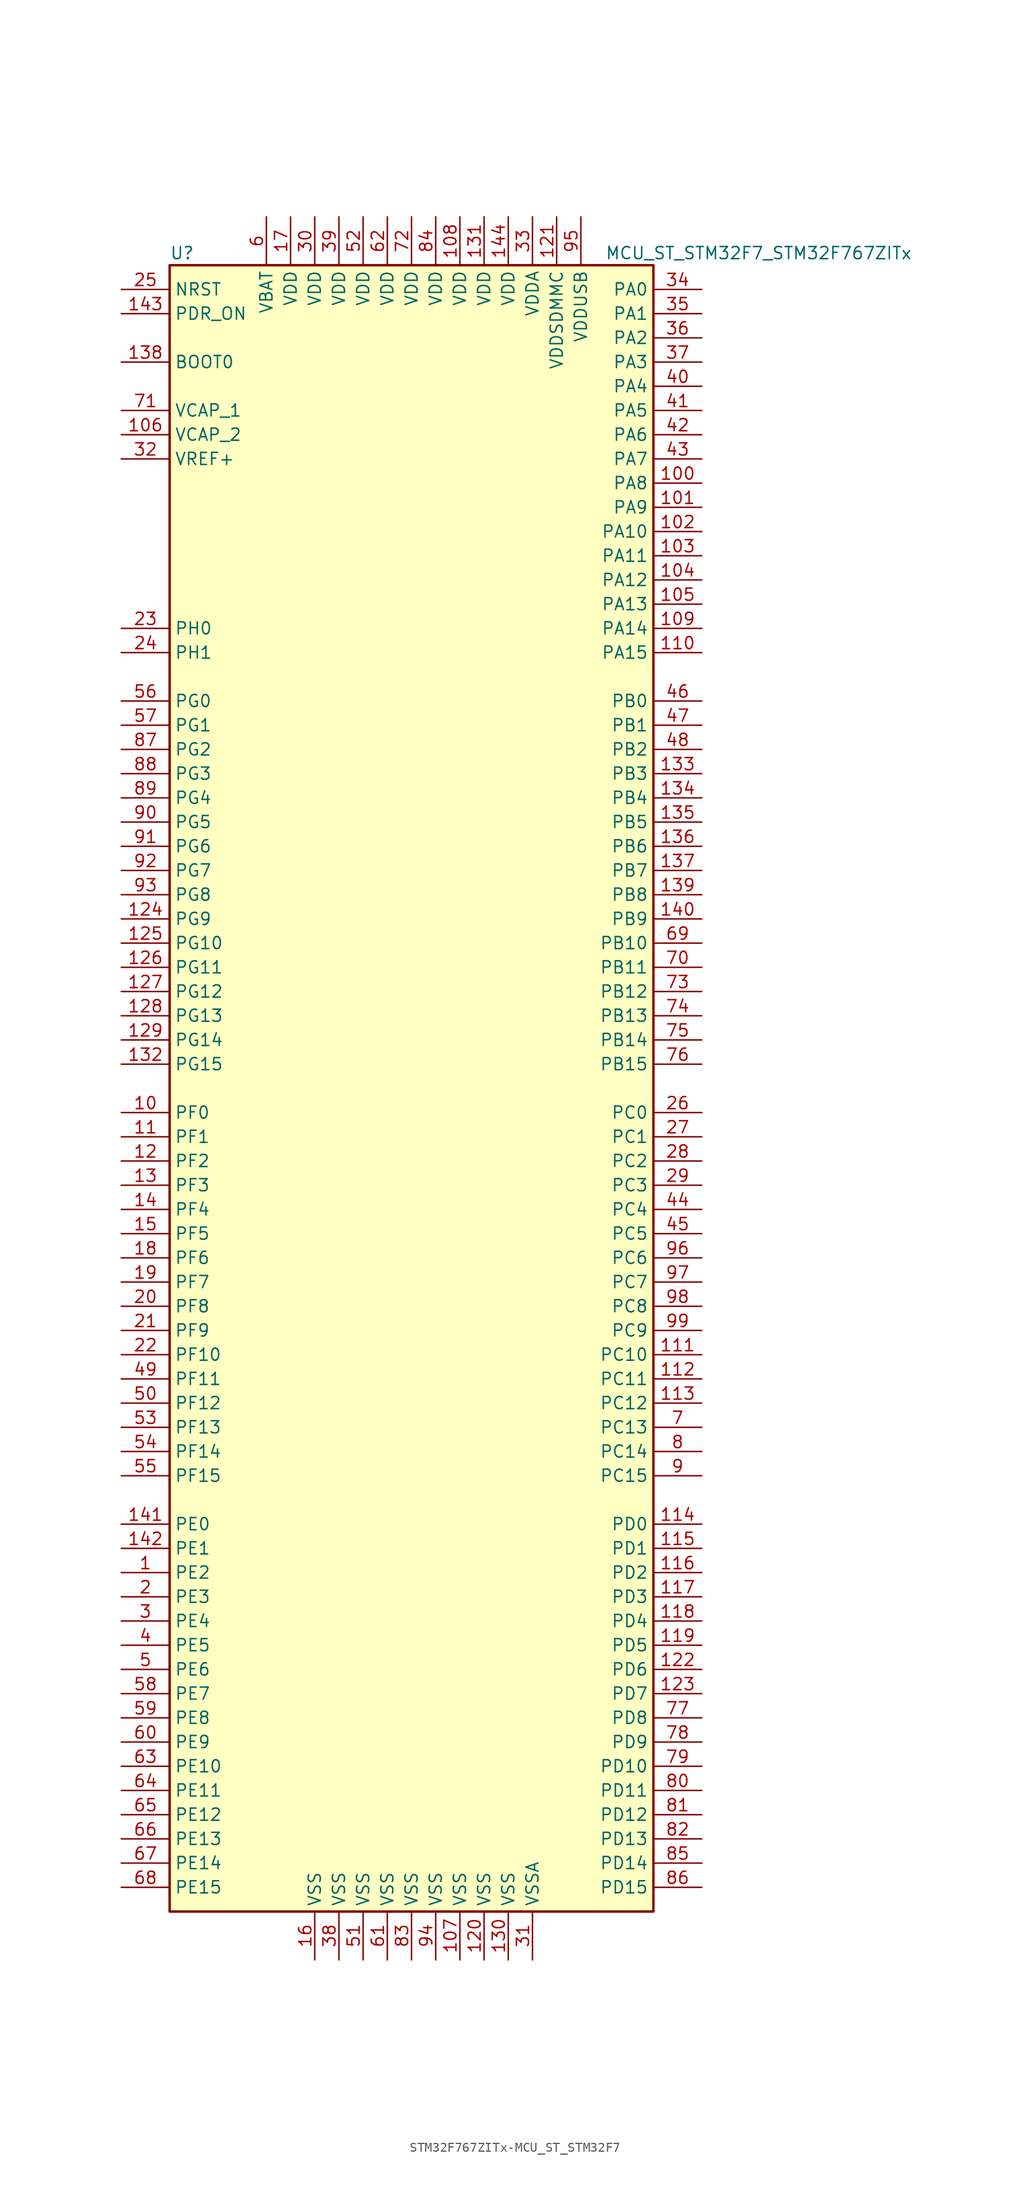
<source format=kicad_sym>
(kicad_symbol_lib
  (version 20220914)
  (generator kicad_symbol_editor)
  (symbol "STM32F767ZITx-MCU_ST_STM32F7"
    (property "Reference" "U"
      (at -25.4 87.63 0)
      (effects (font (size 1.27 1.27)) (justify left)))
    (property "Value" "MCU_ST_STM32F7_STM32F767ZITx"
      (at 20.32 87.63 0)
      (effects (font (size 1.27 1.27)) (justify left)))
    (symbol "STM32F767ZITx-MCU_ST_STM32F7_0_1"
      (rectangle (start -25.4 -86.36) (end 25.4 86.36) (stroke (width 0.254) (type solid)) (fill (type background))))
    (symbol "STM32F767ZITx-MCU_ST_STM32F7_1_1"
      (pin bidirectional line (at -30.48 -50.8 0) (length 5.08) (name "PE2" (effects (font (size 1.27 1.27)))) (number "1" (effects (font (size 1.27 1.27)))))
      (pin bidirectional line (at -30.48 -2.54 0) (length 5.08) (name "PF0" (effects (font (size 1.27 1.27)))) (number "10" (effects (font (size 1.27 1.27)))))
      (pin bidirectional line (at 30.48 63.5 180) (length 5.08) (name "PA8" (effects (font (size 1.27 1.27)))) (number "100" (effects (font (size 1.27 1.27)))))
      (pin bidirectional line (at 30.48 60.96 180) (length 5.08) (name "PA9" (effects (font (size 1.27 1.27)))) (number "101" (effects (font (size 1.27 1.27)))))
      (pin bidirectional line (at 30.48 58.42 180) (length 5.08) (name "PA10" (effects (font (size 1.27 1.27)))) (number "102" (effects (font (size 1.27 1.27)))))
      (pin bidirectional line (at 30.48 55.88 180) (length 5.08) (name "PA11" (effects (font (size 1.27 1.27)))) (number "103" (effects (font (size 1.27 1.27)))))
      (pin bidirectional line (at 30.48 53.34 180) (length 5.08) (name "PA12" (effects (font (size 1.27 1.27)))) (number "104" (effects (font (size 1.27 1.27)))))
      (pin bidirectional line (at 30.48 50.8 180) (length 5.08) (name "PA13" (effects (font (size 1.27 1.27)))) (number "105" (effects (font (size 1.27 1.27)))))
      (pin power_in line (at -30.48 68.58 0) (length 5.08) (name "VCAP_2" (effects (font (size 1.27 1.27)))) (number "106" (effects (font (size 1.27 1.27)))))
      (pin power_in line (at 5.08 -91.44 90) (length 5.08) (name "VSS" (effects (font (size 1.27 1.27)))) (number "107" (effects (font (size 1.27 1.27)))))
      (pin power_in line (at 5.08 91.44 270) (length 5.08) (name "VDD" (effects (font (size 1.27 1.27)))) (number "108" (effects (font (size 1.27 1.27)))))
      (pin bidirectional line (at 30.48 48.26 180) (length 5.08) (name "PA14" (effects (font (size 1.27 1.27)))) (number "109" (effects (font (size 1.27 1.27)))))
      (pin bidirectional line (at -30.48 -5.08 0) (length 5.08) (name "PF1" (effects (font (size 1.27 1.27)))) (number "11" (effects (font (size 1.27 1.27)))))
      (pin bidirectional line (at 30.48 45.72 180) (length 5.08) (name "PA15" (effects (font (size 1.27 1.27)))) (number "110" (effects (font (size 1.27 1.27)))))
      (pin bidirectional line (at 30.48 -27.94 180) (length 5.08) (name "PC10" (effects (font (size 1.27 1.27)))) (number "111" (effects (font (size 1.27 1.27)))))
      (pin bidirectional line (at 30.48 -30.48 180) (length 5.08) (name "PC11" (effects (font (size 1.27 1.27)))) (number "112" (effects (font (size 1.27 1.27)))))
      (pin bidirectional line (at 30.48 -33.02 180) (length 5.08) (name "PC12" (effects (font (size 1.27 1.27)))) (number "113" (effects (font (size 1.27 1.27)))))
      (pin bidirectional line (at 30.48 -45.72 180) (length 5.08) (name "PD0" (effects (font (size 1.27 1.27)))) (number "114" (effects (font (size 1.27 1.27)))))
      (pin bidirectional line (at 30.48 -48.26 180) (length 5.08) (name "PD1" (effects (font (size 1.27 1.27)))) (number "115" (effects (font (size 1.27 1.27)))))
      (pin bidirectional line (at 30.48 -50.8 180) (length 5.08) (name "PD2" (effects (font (size 1.27 1.27)))) (number "116" (effects (font (size 1.27 1.27)))))
      (pin bidirectional line (at 30.48 -53.34 180) (length 5.08) (name "PD3" (effects (font (size 1.27 1.27)))) (number "117" (effects (font (size 1.27 1.27)))))
      (pin bidirectional line (at 30.48 -55.88 180) (length 5.08) (name "PD4" (effects (font (size 1.27 1.27)))) (number "118" (effects (font (size 1.27 1.27)))))
      (pin bidirectional line (at 30.48 -58.42 180) (length 5.08) (name "PD5" (effects (font (size 1.27 1.27)))) (number "119" (effects (font (size 1.27 1.27)))))
      (pin bidirectional line (at -30.48 -7.62 0) (length 5.08) (name "PF2" (effects (font (size 1.27 1.27)))) (number "12" (effects (font (size 1.27 1.27)))))
      (pin power_in line (at 7.62 -91.44 90) (length 5.08) (name "VSS" (effects (font (size 1.27 1.27)))) (number "120" (effects (font (size 1.27 1.27)))))
      (pin power_in line (at 15.24 91.44 270) (length 5.08) (name "VDDSDMMC" (effects (font (size 1.27 1.27)))) (number "121" (effects (font (size 1.27 1.27)))))
      (pin bidirectional line (at 30.48 -60.96 180) (length 5.08) (name "PD6" (effects (font (size 1.27 1.27)))) (number "122" (effects (font (size 1.27 1.27)))))
      (pin bidirectional line (at 30.48 -63.5 180) (length 5.08) (name "PD7" (effects (font (size 1.27 1.27)))) (number "123" (effects (font (size 1.27 1.27)))))
      (pin bidirectional line (at -30.48 17.78 0) (length 5.08) (name "PG9" (effects (font (size 1.27 1.27)))) (number "124" (effects (font (size 1.27 1.27)))))
      (pin bidirectional line (at -30.48 15.24 0) (length 5.08) (name "PG10" (effects (font (size 1.27 1.27)))) (number "125" (effects (font (size 1.27 1.27)))))
      (pin bidirectional line (at -30.48 12.7 0) (length 5.08) (name "PG11" (effects (font (size 1.27 1.27)))) (number "126" (effects (font (size 1.27 1.27)))))
      (pin bidirectional line (at -30.48 10.16 0) (length 5.08) (name "PG12" (effects (font (size 1.27 1.27)))) (number "127" (effects (font (size 1.27 1.27)))))
      (pin bidirectional line (at -30.48 7.62 0) (length 5.08) (name "PG13" (effects (font (size 1.27 1.27)))) (number "128" (effects (font (size 1.27 1.27)))))
      (pin bidirectional line (at -30.48 5.08 0) (length 5.08) (name "PG14" (effects (font (size 1.27 1.27)))) (number "129" (effects (font (size 1.27 1.27)))))
      (pin bidirectional line (at -30.48 -10.16 0) (length 5.08) (name "PF3" (effects (font (size 1.27 1.27)))) (number "13" (effects (font (size 1.27 1.27)))))
      (pin power_in line (at 10.16 -91.44 90) (length 5.08) (name "VSS" (effects (font (size 1.27 1.27)))) (number "130" (effects (font (size 1.27 1.27)))))
      (pin power_in line (at 7.62 91.44 270) (length 5.08) (name "VDD" (effects (font (size 1.27 1.27)))) (number "131" (effects (font (size 1.27 1.27)))))
      (pin bidirectional line (at -30.48 2.54 0) (length 5.08) (name "PG15" (effects (font (size 1.27 1.27)))) (number "132" (effects (font (size 1.27 1.27)))))
      (pin bidirectional line (at 30.48 33.02 180) (length 5.08) (name "PB3" (effects (font (size 1.27 1.27)))) (number "133" (effects (font (size 1.27 1.27)))))
      (pin bidirectional line (at 30.48 30.48 180) (length 5.08) (name "PB4" (effects (font (size 1.27 1.27)))) (number "134" (effects (font (size 1.27 1.27)))))
      (pin bidirectional line (at 30.48 27.94 180) (length 5.08) (name "PB5" (effects (font (size 1.27 1.27)))) (number "135" (effects (font (size 1.27 1.27)))))
      (pin bidirectional line (at 30.48 25.4 180) (length 5.08) (name "PB6" (effects (font (size 1.27 1.27)))) (number "136" (effects (font (size 1.27 1.27)))))
      (pin bidirectional line (at 30.48 22.86 180) (length 5.08) (name "PB7" (effects (font (size 1.27 1.27)))) (number "137" (effects (font (size 1.27 1.27)))))
      (pin input line (at -30.48 76.2 0) (length 5.08) (name "BOOT0" (effects (font (size 1.27 1.27)))) (number "138" (effects (font (size 1.27 1.27)))))
      (pin bidirectional line (at 30.48 20.32 180) (length 5.08) (name "PB8" (effects (font (size 1.27 1.27)))) (number "139" (effects (font (size 1.27 1.27)))))
      (pin bidirectional line (at -30.48 -12.7 0) (length 5.08) (name "PF4" (effects (font (size 1.27 1.27)))) (number "14" (effects (font (size 1.27 1.27)))))
      (pin bidirectional line (at 30.48 17.78 180) (length 5.08) (name "PB9" (effects (font (size 1.27 1.27)))) (number "140" (effects (font (size 1.27 1.27)))))
      (pin bidirectional line (at -30.48 -45.72 0) (length 5.08) (name "PE0" (effects (font (size 1.27 1.27)))) (number "141" (effects (font (size 1.27 1.27)))))
      (pin bidirectional line (at -30.48 -48.26 0) (length 5.08) (name "PE1" (effects (font (size 1.27 1.27)))) (number "142" (effects (font (size 1.27 1.27)))))
      (pin input line (at -30.48 81.28 0) (length 5.08) (name "PDR_ON" (effects (font (size 1.27 1.27)))) (number "143" (effects (font (size 1.27 1.27)))))
      (pin power_in line (at 10.16 91.44 270) (length 5.08) (name "VDD" (effects (font (size 1.27 1.27)))) (number "144" (effects (font (size 1.27 1.27)))))
      (pin bidirectional line (at -30.48 -15.24 0) (length 5.08) (name "PF5" (effects (font (size 1.27 1.27)))) (number "15" (effects (font (size 1.27 1.27)))))
      (pin power_in line (at -10.16 -91.44 90) (length 5.08) (name "VSS" (effects (font (size 1.27 1.27)))) (number "16" (effects (font (size 1.27 1.27)))))
      (pin power_in line (at -12.7 91.44 270) (length 5.08) (name "VDD" (effects (font (size 1.27 1.27)))) (number "17" (effects (font (size 1.27 1.27)))))
      (pin bidirectional line (at -30.48 -17.78 0) (length 5.08) (name "PF6" (effects (font (size 1.27 1.27)))) (number "18" (effects (font (size 1.27 1.27)))))
      (pin bidirectional line (at -30.48 -20.32 0) (length 5.08) (name "PF7" (effects (font (size 1.27 1.27)))) (number "19" (effects (font (size 1.27 1.27)))))
      (pin bidirectional line (at -30.48 -53.34 0) (length 5.08) (name "PE3" (effects (font (size 1.27 1.27)))) (number "2" (effects (font (size 1.27 1.27)))))
      (pin bidirectional line (at -30.48 -22.86 0) (length 5.08) (name "PF8" (effects (font (size 1.27 1.27)))) (number "20" (effects (font (size 1.27 1.27)))))
      (pin bidirectional line (at -30.48 -25.4 0) (length 5.08) (name "PF9" (effects (font (size 1.27 1.27)))) (number "21" (effects (font (size 1.27 1.27)))))
      (pin bidirectional line (at -30.48 -27.94 0) (length 5.08) (name "PF10" (effects (font (size 1.27 1.27)))) (number "22" (effects (font (size 1.27 1.27)))))
      (pin input line (at -30.48 48.26 0) (length 5.08) (name "PH0" (effects (font (size 1.27 1.27)))) (number "23" (effects (font (size 1.27 1.27)))))
      (pin input line (at -30.48 45.72 0) (length 5.08) (name "PH1" (effects (font (size 1.27 1.27)))) (number "24" (effects (font (size 1.27 1.27)))))
      (pin input line (at -30.48 83.82 0) (length 5.08) (name "NRST" (effects (font (size 1.27 1.27)))) (number "25" (effects (font (size 1.27 1.27)))))
      (pin bidirectional line (at 30.48 -2.54 180) (length 5.08) (name "PC0" (effects (font (size 1.27 1.27)))) (number "26" (effects (font (size 1.27 1.27)))))
      (pin bidirectional line (at 30.48 -5.08 180) (length 5.08) (name "PC1" (effects (font (size 1.27 1.27)))) (number "27" (effects (font (size 1.27 1.27)))))
      (pin bidirectional line (at 30.48 -7.62 180) (length 5.08) (name "PC2" (effects (font (size 1.27 1.27)))) (number "28" (effects (font (size 1.27 1.27)))))
      (pin bidirectional line (at 30.48 -10.16 180) (length 5.08) (name "PC3" (effects (font (size 1.27 1.27)))) (number "29" (effects (font (size 1.27 1.27)))))
      (pin bidirectional line (at -30.48 -55.88 0) (length 5.08) (name "PE4" (effects (font (size 1.27 1.27)))) (number "3" (effects (font (size 1.27 1.27)))))
      (pin power_in line (at -10.16 91.44 270) (length 5.08) (name "VDD" (effects (font (size 1.27 1.27)))) (number "30" (effects (font (size 1.27 1.27)))))
      (pin power_in line (at 12.7 -91.44 90) (length 5.08) (name "VSSA" (effects (font (size 1.27 1.27)))) (number "31" (effects (font (size 1.27 1.27)))))
      (pin power_in line (at -30.48 66.04 0) (length 5.08) (name "VREF+" (effects (font (size 1.27 1.27)))) (number "32" (effects (font (size 1.27 1.27)))))
      (pin power_in line (at 12.7 91.44 270) (length 5.08) (name "VDDA" (effects (font (size 1.27 1.27)))) (number "33" (effects (font (size 1.27 1.27)))))
      (pin bidirectional line (at 30.48 83.82 180) (length 5.08) (name "PA0" (effects (font (size 1.27 1.27)))) (number "34" (effects (font (size 1.27 1.27)))))
      (pin bidirectional line (at 30.48 81.28 180) (length 5.08) (name "PA1" (effects (font (size 1.27 1.27)))) (number "35" (effects (font (size 1.27 1.27)))))
      (pin bidirectional line (at 30.48 78.74 180) (length 5.08) (name "PA2" (effects (font (size 1.27 1.27)))) (number "36" (effects (font (size 1.27 1.27)))))
      (pin bidirectional line (at 30.48 76.2 180) (length 5.08) (name "PA3" (effects (font (size 1.27 1.27)))) (number "37" (effects (font (size 1.27 1.27)))))
      (pin power_in line (at -7.62 -91.44 90) (length 5.08) (name "VSS" (effects (font (size 1.27 1.27)))) (number "38" (effects (font (size 1.27 1.27)))))
      (pin power_in line (at -7.62 91.44 270) (length 5.08) (name "VDD" (effects (font (size 1.27 1.27)))) (number "39" (effects (font (size 1.27 1.27)))))
      (pin bidirectional line (at -30.48 -58.42 0) (length 5.08) (name "PE5" (effects (font (size 1.27 1.27)))) (number "4" (effects (font (size 1.27 1.27)))))
      (pin bidirectional line (at 30.48 73.66 180) (length 5.08) (name "PA4" (effects (font (size 1.27 1.27)))) (number "40" (effects (font (size 1.27 1.27)))))
      (pin bidirectional line (at 30.48 71.12 180) (length 5.08) (name "PA5" (effects (font (size 1.27 1.27)))) (number "41" (effects (font (size 1.27 1.27)))))
      (pin bidirectional line (at 30.48 68.58 180) (length 5.08) (name "PA6" (effects (font (size 1.27 1.27)))) (number "42" (effects (font (size 1.27 1.27)))))
      (pin bidirectional line (at 30.48 66.04 180) (length 5.08) (name "PA7" (effects (font (size 1.27 1.27)))) (number "43" (effects (font (size 1.27 1.27)))))
      (pin bidirectional line (at 30.48 -12.7 180) (length 5.08) (name "PC4" (effects (font (size 1.27 1.27)))) (number "44" (effects (font (size 1.27 1.27)))))
      (pin bidirectional line (at 30.48 -15.24 180) (length 5.08) (name "PC5" (effects (font (size 1.27 1.27)))) (number "45" (effects (font (size 1.27 1.27)))))
      (pin bidirectional line (at 30.48 40.64 180) (length 5.08) (name "PB0" (effects (font (size 1.27 1.27)))) (number "46" (effects (font (size 1.27 1.27)))))
      (pin bidirectional line (at 30.48 38.1 180) (length 5.08) (name "PB1" (effects (font (size 1.27 1.27)))) (number "47" (effects (font (size 1.27 1.27)))))
      (pin bidirectional line (at 30.48 35.56 180) (length 5.08) (name "PB2" (effects (font (size 1.27 1.27)))) (number "48" (effects (font (size 1.27 1.27)))))
      (pin bidirectional line (at -30.48 -30.48 0) (length 5.08) (name "PF11" (effects (font (size 1.27 1.27)))) (number "49" (effects (font (size 1.27 1.27)))))
      (pin bidirectional line (at -30.48 -60.96 0) (length 5.08) (name "PE6" (effects (font (size 1.27 1.27)))) (number "5" (effects (font (size 1.27 1.27)))))
      (pin bidirectional line (at -30.48 -33.02 0) (length 5.08) (name "PF12" (effects (font (size 1.27 1.27)))) (number "50" (effects (font (size 1.27 1.27)))))
      (pin power_in line (at -5.08 -91.44 90) (length 5.08) (name "VSS" (effects (font (size 1.27 1.27)))) (number "51" (effects (font (size 1.27 1.27)))))
      (pin power_in line (at -5.08 91.44 270) (length 5.08) (name "VDD" (effects (font (size 1.27 1.27)))) (number "52" (effects (font (size 1.27 1.27)))))
      (pin bidirectional line (at -30.48 -35.56 0) (length 5.08) (name "PF13" (effects (font (size 1.27 1.27)))) (number "53" (effects (font (size 1.27 1.27)))))
      (pin bidirectional line (at -30.48 -38.1 0) (length 5.08) (name "PF14" (effects (font (size 1.27 1.27)))) (number "54" (effects (font (size 1.27 1.27)))))
      (pin bidirectional line (at -30.48 -40.64 0) (length 5.08) (name "PF15" (effects (font (size 1.27 1.27)))) (number "55" (effects (font (size 1.27 1.27)))))
      (pin bidirectional line (at -30.48 40.64 0) (length 5.08) (name "PG0" (effects (font (size 1.27 1.27)))) (number "56" (effects (font (size 1.27 1.27)))))
      (pin bidirectional line (at -30.48 38.1 0) (length 5.08) (name "PG1" (effects (font (size 1.27 1.27)))) (number "57" (effects (font (size 1.27 1.27)))))
      (pin bidirectional line (at -30.48 -63.5 0) (length 5.08) (name "PE7" (effects (font (size 1.27 1.27)))) (number "58" (effects (font (size 1.27 1.27)))))
      (pin bidirectional line (at -30.48 -66.04 0) (length 5.08) (name "PE8" (effects (font (size 1.27 1.27)))) (number "59" (effects (font (size 1.27 1.27)))))
      (pin power_in line (at -15.24 91.44 270) (length 5.08) (name "VBAT" (effects (font (size 1.27 1.27)))) (number "6" (effects (font (size 1.27 1.27)))))
      (pin bidirectional line (at -30.48 -68.58 0) (length 5.08) (name "PE9" (effects (font (size 1.27 1.27)))) (number "60" (effects (font (size 1.27 1.27)))))
      (pin power_in line (at -2.54 -91.44 90) (length 5.08) (name "VSS" (effects (font (size 1.27 1.27)))) (number "61" (effects (font (size 1.27 1.27)))))
      (pin power_in line (at -2.54 91.44 270) (length 5.08) (name "VDD" (effects (font (size 1.27 1.27)))) (number "62" (effects (font (size 1.27 1.27)))))
      (pin bidirectional line (at -30.48 -71.12 0) (length 5.08) (name "PE10" (effects (font (size 1.27 1.27)))) (number "63" (effects (font (size 1.27 1.27)))))
      (pin bidirectional line (at -30.48 -73.66 0) (length 5.08) (name "PE11" (effects (font (size 1.27 1.27)))) (number "64" (effects (font (size 1.27 1.27)))))
      (pin bidirectional line (at -30.48 -76.2 0) (length 5.08) (name "PE12" (effects (font (size 1.27 1.27)))) (number "65" (effects (font (size 1.27 1.27)))))
      (pin bidirectional line (at -30.48 -78.74 0) (length 5.08) (name "PE13" (effects (font (size 1.27 1.27)))) (number "66" (effects (font (size 1.27 1.27)))))
      (pin bidirectional line (at -30.48 -81.28 0) (length 5.08) (name "PE14" (effects (font (size 1.27 1.27)))) (number "67" (effects (font (size 1.27 1.27)))))
      (pin bidirectional line (at -30.48 -83.82 0) (length 5.08) (name "PE15" (effects (font (size 1.27 1.27)))) (number "68" (effects (font (size 1.27 1.27)))))
      (pin bidirectional line (at 30.48 15.24 180) (length 5.08) (name "PB10" (effects (font (size 1.27 1.27)))) (number "69" (effects (font (size 1.27 1.27)))))
      (pin bidirectional line (at 30.48 -35.56 180) (length 5.08) (name "PC13" (effects (font (size 1.27 1.27)))) (number "7" (effects (font (size 1.27 1.27)))))
      (pin bidirectional line (at 30.48 12.7 180) (length 5.08) (name "PB11" (effects (font (size 1.27 1.27)))) (number "70" (effects (font (size 1.27 1.27)))))
      (pin power_in line (at -30.48 71.12 0) (length 5.08) (name "VCAP_1" (effects (font (size 1.27 1.27)))) (number "71" (effects (font (size 1.27 1.27)))))
      (pin power_in line (at 0 91.44 270) (length 5.08) (name "VDD" (effects (font (size 1.27 1.27)))) (number "72" (effects (font (size 1.27 1.27)))))
      (pin bidirectional line (at 30.48 10.16 180) (length 5.08) (name "PB12" (effects (font (size 1.27 1.27)))) (number "73" (effects (font (size 1.27 1.27)))))
      (pin bidirectional line (at 30.48 7.62 180) (length 5.08) (name "PB13" (effects (font (size 1.27 1.27)))) (number "74" (effects (font (size 1.27 1.27)))))
      (pin bidirectional line (at 30.48 5.08 180) (length 5.08) (name "PB14" (effects (font (size 1.27 1.27)))) (number "75" (effects (font (size 1.27 1.27)))))
      (pin bidirectional line (at 30.48 2.54 180) (length 5.08) (name "PB15" (effects (font (size 1.27 1.27)))) (number "76" (effects (font (size 1.27 1.27)))))
      (pin bidirectional line (at 30.48 -66.04 180) (length 5.08) (name "PD8" (effects (font (size 1.27 1.27)))) (number "77" (effects (font (size 1.27 1.27)))))
      (pin bidirectional line (at 30.48 -68.58 180) (length 5.08) (name "PD9" (effects (font (size 1.27 1.27)))) (number "78" (effects (font (size 1.27 1.27)))))
      (pin bidirectional line (at 30.48 -71.12 180) (length 5.08) (name "PD10" (effects (font (size 1.27 1.27)))) (number "79" (effects (font (size 1.27 1.27)))))
      (pin bidirectional line (at 30.48 -38.1 180) (length 5.08) (name "PC14" (effects (font (size 1.27 1.27)))) (number "8" (effects (font (size 1.27 1.27)))))
      (pin bidirectional line (at 30.48 -73.66 180) (length 5.08) (name "PD11" (effects (font (size 1.27 1.27)))) (number "80" (effects (font (size 1.27 1.27)))))
      (pin bidirectional line (at 30.48 -76.2 180) (length 5.08) (name "PD12" (effects (font (size 1.27 1.27)))) (number "81" (effects (font (size 1.27 1.27)))))
      (pin bidirectional line (at 30.48 -78.74 180) (length 5.08) (name "PD13" (effects (font (size 1.27 1.27)))) (number "82" (effects (font (size 1.27 1.27)))))
      (pin power_in line (at 0 -91.44 90) (length 5.08) (name "VSS" (effects (font (size 1.27 1.27)))) (number "83" (effects (font (size 1.27 1.27)))))
      (pin power_in line (at 2.54 91.44 270) (length 5.08) (name "VDD" (effects (font (size 1.27 1.27)))) (number "84" (effects (font (size 1.27 1.27)))))
      (pin bidirectional line (at 30.48 -81.28 180) (length 5.08) (name "PD14" (effects (font (size 1.27 1.27)))) (number "85" (effects (font (size 1.27 1.27)))))
      (pin bidirectional line (at 30.48 -83.82 180) (length 5.08) (name "PD15" (effects (font (size 1.27 1.27)))) (number "86" (effects (font (size 1.27 1.27)))))
      (pin bidirectional line (at -30.48 35.56 0) (length 5.08) (name "PG2" (effects (font (size 1.27 1.27)))) (number "87" (effects (font (size 1.27 1.27)))))
      (pin bidirectional line (at -30.48 33.02 0) (length 5.08) (name "PG3" (effects (font (size 1.27 1.27)))) (number "88" (effects (font (size 1.27 1.27)))))
      (pin bidirectional line (at -30.48 30.48 0) (length 5.08) (name "PG4" (effects (font (size 1.27 1.27)))) (number "89" (effects (font (size 1.27 1.27)))))
      (pin bidirectional line (at 30.48 -40.64 180) (length 5.08) (name "PC15" (effects (font (size 1.27 1.27)))) (number "9" (effects (font (size 1.27 1.27)))))
      (pin bidirectional line (at -30.48 27.94 0) (length 5.08) (name "PG5" (effects (font (size 1.27 1.27)))) (number "90" (effects (font (size 1.27 1.27)))))
      (pin bidirectional line (at -30.48 25.4 0) (length 5.08) (name "PG6" (effects (font (size 1.27 1.27)))) (number "91" (effects (font (size 1.27 1.27)))))
      (pin bidirectional line (at -30.48 22.86 0) (length 5.08) (name "PG7" (effects (font (size 1.27 1.27)))) (number "92" (effects (font (size 1.27 1.27)))))
      (pin bidirectional line (at -30.48 20.32 0) (length 5.08) (name "PG8" (effects (font (size 1.27 1.27)))) (number "93" (effects (font (size 1.27 1.27)))))
      (pin power_in line (at 2.54 -91.44 90) (length 5.08) (name "VSS" (effects (font (size 1.27 1.27)))) (number "94" (effects (font (size 1.27 1.27)))))
      (pin power_in line (at 17.78 91.44 270) (length 5.08) (name "VDDUSB" (effects (font (size 1.27 1.27)))) (number "95" (effects (font (size 1.27 1.27)))))
      (pin bidirectional line (at 30.48 -17.78 180) (length 5.08) (name "PC6" (effects (font (size 1.27 1.27)))) (number "96" (effects (font (size 1.27 1.27)))))
      (pin bidirectional line (at 30.48 -20.32 180) (length 5.08) (name "PC7" (effects (font (size 1.27 1.27)))) (number "97" (effects (font (size 1.27 1.27)))))
      (pin bidirectional line (at 30.48 -22.86 180) (length 5.08) (name "PC8" (effects (font (size 1.27 1.27)))) (number "98" (effects (font (size 1.27 1.27)))))
      (pin bidirectional line (at 30.48 -25.4 180) (length 5.08) (name "PC9" (effects (font (size 1.27 1.27)))) (number "99" (effects (font (size 1.27 1.27))))))))
</source>
